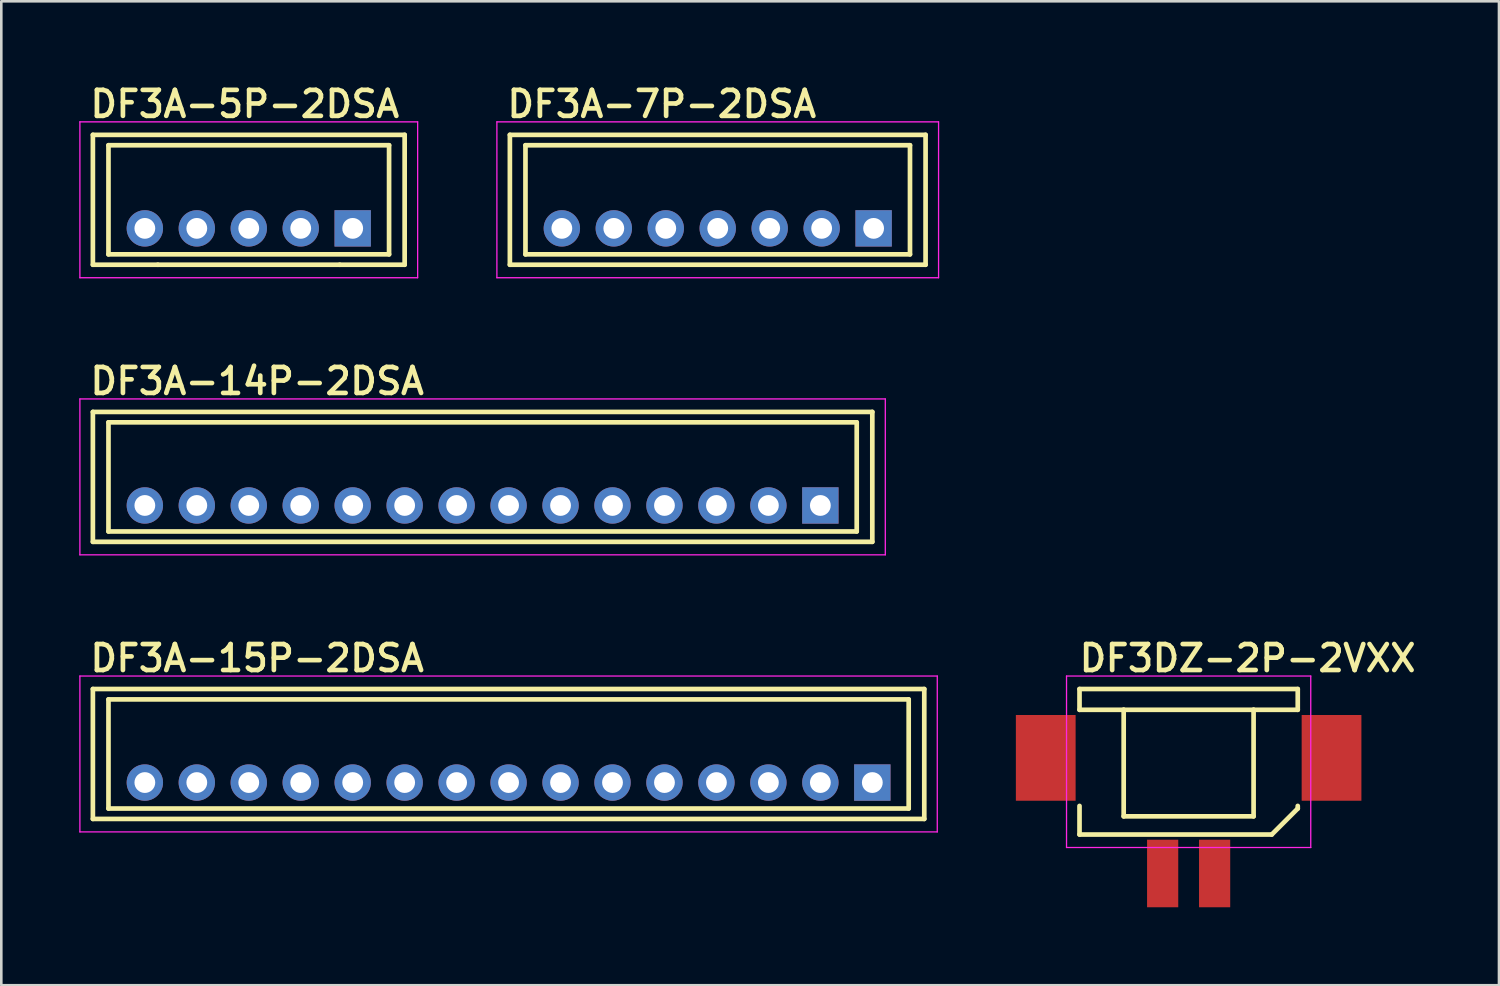
<source format=kicad_pcb>
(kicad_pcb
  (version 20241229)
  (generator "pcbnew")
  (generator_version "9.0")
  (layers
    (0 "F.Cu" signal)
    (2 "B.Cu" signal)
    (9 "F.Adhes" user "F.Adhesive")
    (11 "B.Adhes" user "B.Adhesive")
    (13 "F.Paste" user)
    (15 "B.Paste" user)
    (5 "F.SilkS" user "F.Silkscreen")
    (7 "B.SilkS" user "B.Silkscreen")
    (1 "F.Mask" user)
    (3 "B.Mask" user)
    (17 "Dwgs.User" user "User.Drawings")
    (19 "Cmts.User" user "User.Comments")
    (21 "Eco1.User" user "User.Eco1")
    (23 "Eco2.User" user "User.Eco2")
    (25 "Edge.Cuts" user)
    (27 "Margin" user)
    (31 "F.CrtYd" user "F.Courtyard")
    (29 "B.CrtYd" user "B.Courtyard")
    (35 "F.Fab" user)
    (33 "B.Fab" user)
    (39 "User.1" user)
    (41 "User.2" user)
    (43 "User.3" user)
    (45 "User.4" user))
  (footprint "DF3DZ-2P-2VXX"
    (layer "F.Cu")
    (at 42.7 30.57)
    (property "Reference" "DF3DZ-2P-2VXX" (at -4.3 -7.7 0) (layer "F.SilkS") (effects (font (size 1 1) (thickness 0.18)) (justify left bottom)))
    (attr through_hole)
    (fp_line (start -4.2 -7.1) (end -4.2 -6.3) (stroke (width 0.18) (type solid)) (layer "F.SilkS"))
    (fp_line (start -4.2 -7.1) (end 4.2 -7.1) (stroke (width 0.18) (type solid)) (layer "F.SilkS"))
    (fp_line (start -4.2 -1.5) (end -4.2 -2.6) (stroke (width 0.18) (type solid)) (layer "F.SilkS"))
    (fp_line (start -4.2 -1.5) (end 3.2 -1.5) (stroke (width 0.18) (type solid)) (layer "F.SilkS"))
    (fp_line (start -2.5 -6.3) (end -4.2 -6.3) (stroke (width 0.18) (type solid)) (layer "F.SilkS"))
    (fp_line (start -2.5 -6.3) (end -2.5 -2.2) (stroke (width 0.18) (type solid)) (layer "F.SilkS"))
    (fp_line (start -2.5 -6.3) (end 2.5 -6.3) (stroke (width 0.18) (type solid)) (layer "F.SilkS"))
    (fp_line (start -2.5 -2.2) (end 2.5 -2.2) (stroke (width 0.18) (type solid)) (layer "F.SilkS"))
    (fp_line (start 2.5 -6.3) (end 4.2 -6.3) (stroke (width 0.18) (type solid)) (layer "F.SilkS"))
    (fp_line (start 2.5 -2.2) (end 2.5 -6.3) (stroke (width 0.18) (type solid)) (layer "F.SilkS"))
    (fp_line (start 3.2 -1.5) (end 4.2 -2.5) (stroke (width 0.18) (type solid)) (layer "F.SilkS"))
    (fp_line (start 4.2 -7.1) (end 4.2 -6.3) (stroke (width 0.18) (type solid)) (layer "F.SilkS"))
    (fp_line (start 4.2 -2.5) (end 4.2 -2.6) (stroke (width 0.18) (type solid)) (layer "F.SilkS"))
    (fp_line (start -4.7 -7.6) (end 4.7 -7.6) (stroke (width 0.05) (type solid)) (layer "F.CrtYd"))
    (fp_line (start -4.7 -1) (end -4.7 -7.6) (stroke (width 0.05) (type solid)) (layer "F.CrtYd"))
    (fp_line (start 4.7 -7.6) (end 4.7 -1) (stroke (width 0.05) (type solid)) (layer "F.CrtYd"))
    (fp_line (start 4.7 -1) (end -4.7 -1) (stroke (width 0.05) (type solid)) (layer "F.CrtYd"))
    (pad "1" smd rect (at 1 0) (size 1.2 2.6) (layers "F.Cu" "F.Mask" "F.Paste"))
    (pad "2" smd rect (at -1 0) (size 1.2 2.6) (layers "F.Cu" "F.Mask" "F.Paste"))
    (pad "TAB" smd rect (at -5.5 -4.45) (size 2.3 3.3) (layers "F.Cu" "F.Mask" "F.Paste"))
    (pad "TAB" smd rect (at 5.5 -4.45) (size 2.3 3.3) (layers "F.Cu" "F.Mask" "F.Paste")))
  (footprint "DF3A-5P-2DSA"
    (layer "F.Cu")
    (at 6.525 5.74)
    (property "Reference" "DF3A-5P-2DSA" (at -6.2 -4.2 0) (layer "F.SilkS") (effects (font (size 1 1) (thickness 0.18)) (justify left bottom)))
    (attr through_hole)
    (fp_line (start -6 -3.6) (end 6 -3.6) (stroke (width 0.18) (type solid)) (layer "F.SilkS"))
    (fp_line (start -6 1.4) (end -6 -3.6) (stroke (width 0.18) (type solid)) (layer "F.SilkS"))
    (fp_line (start -5.4 -3.2) (end -5.4 1) (stroke (width 0.18) (type solid)) (layer "F.SilkS"))
    (fp_line (start -5.4 -3.2) (end 5.4 -3.2) (stroke (width 0.18) (type solid)) (layer "F.SilkS"))
    (fp_line (start -5.4 1) (end 5.4 1) (stroke (width 0.18) (type solid)) (layer "F.SilkS"))
    (fp_line (start -3.5 1.4) (end -6 1.4) (stroke (width 0.18) (type solid)) (layer "F.SilkS"))
    (fp_line (start 3.5 1.4) (end -3.5 1.4) (stroke (width 0.18) (type solid)) (layer "F.SilkS"))
    (fp_line (start 5.4 -3.2) (end 5.4 1) (stroke (width 0.18) (type solid)) (layer "F.SilkS"))
    (fp_line (start 6 -3.6) (end 6 1.4) (stroke (width 0.18) (type solid)) (layer "F.SilkS"))
    (fp_line (start 6 1.4) (end 3.5 1.4) (stroke (width 0.18) (type solid)) (layer "F.SilkS"))
    (fp_line (start -6.5 -4.1) (end 6.5 -4.1) (stroke (width 0.05) (type solid)) (layer "F.CrtYd"))
    (fp_line (start -6.5 1.9) (end -6.5 -4.1) (stroke (width 0.05) (type solid)) (layer "F.CrtYd"))
    (fp_line (start 6.5 -4.1) (end 6.5 1.9) (stroke (width 0.05) (type solid)) (layer "F.CrtYd"))
    (fp_line (start 6.5 1.9) (end -6.5 1.9) (stroke (width 0.05) (type solid)) (layer "F.CrtYd"))
    (pad "1" thru_hole rect (at 4 0) (size 1.4 1.4) (drill 0.8) (layers "*.Cu" "*.Mask"))
    (pad "2" thru_hole circle (at 2 0) (size 1.4 1.4) (drill 0.8) (layers "*.Cu" "*.Mask"))
    (pad "3" thru_hole circle (at 0 0) (size 1.4 1.4) (drill 0.8) (layers "*.Cu" "*.Mask"))
    (pad "4" thru_hole circle (at -2 0) (size 1.4 1.4) (drill 0.8) (layers "*.Cu" "*.Mask"))
    (pad "5" thru_hole circle (at -4 0) (size 1.4 1.4) (drill 0.8) (layers "*.Cu" "*.Mask")))
  (footprint "DF3A-14P-2DSA"
    (layer "F.Cu")
    (at 15.525 16.405)
    (property "Reference" "DF3A-14P-2DSA" (at -15.2 -4.2 0) (layer "F.SilkS") (effects (font (size 1 1) (thickness 0.18)) (justify left bottom)))
    (attr through_hole)
    (fp_line (start -15 -3.6) (end 15 -3.6) (stroke (width 0.18) (type solid)) (layer "F.SilkS"))
    (fp_line (start -15 1.4) (end -15 -3.6) (stroke (width 0.18) (type solid)) (layer "F.SilkS"))
    (fp_line (start -14.4 -3.2) (end -14.4 1) (stroke (width 0.18) (type solid)) (layer "F.SilkS"))
    (fp_line (start -14.4 -3.2) (end 14.4 -3.2) (stroke (width 0.18) (type solid)) (layer "F.SilkS"))
    (fp_line (start -14.4 1) (end 14.4 1) (stroke (width 0.18) (type solid)) (layer "F.SilkS"))
    (fp_line (start 14.4 -3.2) (end 14.4 1) (stroke (width 0.18) (type solid)) (layer "F.SilkS"))
    (fp_line (start 15 -3.6) (end 15 1.4) (stroke (width 0.18) (type solid)) (layer "F.SilkS"))
    (fp_line (start 15 1.4) (end -15 1.4) (stroke (width 0.18) (type solid)) (layer "F.SilkS"))
    (fp_line (start -15.5 -4.1) (end 15.5 -4.1) (stroke (width 0.05) (type solid)) (layer "F.CrtYd"))
    (fp_line (start -15.5 1.9) (end -15.5 -4.1) (stroke (width 0.05) (type solid)) (layer "F.CrtYd"))
    (fp_line (start 15.5 -4.1) (end 15.5 1.9) (stroke (width 0.05) (type solid)) (layer "F.CrtYd"))
    (fp_line (start 15.5 1.9) (end -15.5 1.9) (stroke (width 0.05) (type solid)) (layer "F.CrtYd"))
    (pad "1" thru_hole rect (at 13 0) (size 1.4 1.4) (drill 0.8) (layers "*.Cu" "*.Mask"))
    (pad "2" thru_hole circle (at 11 0) (size 1.4 1.4) (drill 0.8) (layers "*.Cu" "*.Mask"))
    (pad "3" thru_hole circle (at 9 0) (size 1.4 1.4) (drill 0.8) (layers "*.Cu" "*.Mask"))
    (pad "4" thru_hole circle (at 7 0) (size 1.4 1.4) (drill 0.8) (layers "*.Cu" "*.Mask"))
    (pad "5" thru_hole circle (at 5 0) (size 1.4 1.4) (drill 0.8) (layers "*.Cu" "*.Mask"))
    (pad "6" thru_hole circle (at 3 0) (size 1.4 1.4) (drill 0.8) (layers "*.Cu" "*.Mask"))
    (pad "7" thru_hole circle (at 1 0) (size 1.4 1.4) (drill 0.8) (layers "*.Cu" "*.Mask"))
    (pad "8" thru_hole circle (at -1 0) (size 1.4 1.4) (drill 0.8) (layers "*.Cu" "*.Mask"))
    (pad "9" thru_hole circle (at -3 0) (size 1.4 1.4) (drill 0.8) (layers "*.Cu" "*.Mask"))
    (pad "10" thru_hole circle (at -5 0) (size 1.4 1.4) (drill 0.8) (layers "*.Cu" "*.Mask"))
    (pad "11" thru_hole circle (at -7 0) (size 1.4 1.4) (drill 0.8) (layers "*.Cu" "*.Mask"))
    (pad "12" thru_hole circle (at -9 0) (size 1.4 1.4) (drill 0.8) (layers "*.Cu" "*.Mask"))
    (pad "13" thru_hole circle (at -11 0) (size 1.4 1.4) (drill 0.8) (layers "*.Cu" "*.Mask"))
    (pad "14" thru_hole circle (at -13 0) (size 1.4 1.4) (drill 0.8) (layers "*.Cu" "*.Mask")))
  (footprint "DF3A-7P-2DSA"
    (layer "F.Cu")
    (at 24.575 5.74)
    (property "Reference" "DF3A-7P-2DSA" (at -8.2 -4.2 0) (layer "F.SilkS") (effects (font (size 1 1) (thickness 0.18)) (justify left bottom)))
    (attr through_hole)
    (fp_line (start -8 -3.6) (end 8 -3.6) (stroke (width 0.18) (type solid)) (layer "F.SilkS"))
    (fp_line (start -8 1.4) (end -8 -3.6) (stroke (width 0.18) (type solid)) (layer "F.SilkS"))
    (fp_line (start -7.4 -3.2) (end -7.4 1) (stroke (width 0.18) (type solid)) (layer "F.SilkS"))
    (fp_line (start -7.4 -3.2) (end 7.4 -3.2) (stroke (width 0.18) (type solid)) (layer "F.SilkS"))
    (fp_line (start -7.4 1) (end 7.4 1) (stroke (width 0.18) (type solid)) (layer "F.SilkS"))
    (fp_line (start 7.4 -3.2) (end 7.4 1) (stroke (width 0.18) (type solid)) (layer "F.SilkS"))
    (fp_line (start 8 -3.6) (end 8 1.4) (stroke (width 0.18) (type solid)) (layer "F.SilkS"))
    (fp_line (start 8 1.4) (end -8 1.4) (stroke (width 0.18) (type solid)) (layer "F.SilkS"))
    (fp_line (start -8.5 -4.1) (end 8.5 -4.1) (stroke (width 0.05) (type solid)) (layer "F.CrtYd"))
    (fp_line (start -8.5 1.9) (end -8.5 -4.1) (stroke (width 0.05) (type solid)) (layer "F.CrtYd"))
    (fp_line (start 8.5 -4.1) (end 8.5 1.9) (stroke (width 0.05) (type solid)) (layer "F.CrtYd"))
    (fp_line (start 8.5 1.9) (end -8.5 1.9) (stroke (width 0.05) (type solid)) (layer "F.CrtYd"))
    (pad "1" thru_hole rect (at 6 0) (size 1.4 1.4) (drill 0.8) (layers "*.Cu" "*.Mask"))
    (pad "2" thru_hole circle (at 4 0) (size 1.4 1.4) (drill 0.8) (layers "*.Cu" "*.Mask"))
    (pad "3" thru_hole circle (at 2 0) (size 1.4 1.4) (drill 0.8) (layers "*.Cu" "*.Mask"))
    (pad "4" thru_hole circle (at 0 0) (size 1.4 1.4) (drill 0.8) (layers "*.Cu" "*.Mask"))
    (pad "5" thru_hole circle (at -2 0) (size 1.4 1.4) (drill 0.8) (layers "*.Cu" "*.Mask"))
    (pad "6" thru_hole circle (at -4 0) (size 1.4 1.4) (drill 0.8) (layers "*.Cu" "*.Mask"))
    (pad "7" thru_hole circle (at -6 0) (size 1.4 1.4) (drill 0.8) (layers "*.Cu" "*.Mask")))
  (footprint "DF3A-15P-2DSA"
    (layer "F.Cu")
    (at 16.525 27.07)
    (property "Reference" "DF3A-15P-2DSA" (at -16.2 -4.2 0) (layer "F.SilkS") (effects (font (size 1 1) (thickness 0.18)) (justify left bottom)))
    (attr through_hole)
    (fp_line (start -16 -3.6) (end 16 -3.6) (stroke (width 0.18) (type solid)) (layer "F.SilkS"))
    (fp_line (start -16 1.4) (end -16 -3.6) (stroke (width 0.18) (type solid)) (layer "F.SilkS"))
    (fp_line (start -15.4 -3.2) (end -15.4 1) (stroke (width 0.18) (type solid)) (layer "F.SilkS"))
    (fp_line (start -15.4 -3.2) (end 15.4 -3.2) (stroke (width 0.18) (type solid)) (layer "F.SilkS"))
    (fp_line (start -15.4 1) (end 15.4 1) (stroke (width 0.18) (type solid)) (layer "F.SilkS"))
    (fp_line (start 15.4 -3.2) (end 15.4 1) (stroke (width 0.18) (type solid)) (layer "F.SilkS"))
    (fp_line (start 16 -3.6) (end 16 1.4) (stroke (width 0.18) (type solid)) (layer "F.SilkS"))
    (fp_line (start 16 1.4) (end -16 1.4) (stroke (width 0.18) (type solid)) (layer "F.SilkS"))
    (fp_line (start -16.5 -4.1) (end 16.5 -4.1) (stroke (width 0.05) (type solid)) (layer "F.CrtYd"))
    (fp_line (start -16.5 1.9) (end -16.5 -4.1) (stroke (width 0.05) (type solid)) (layer "F.CrtYd"))
    (fp_line (start 16.5 -4.1) (end 16.5 1.9) (stroke (width 0.05) (type solid)) (layer "F.CrtYd"))
    (fp_line (start 16.5 1.9) (end -16.5 1.9) (stroke (width 0.05) (type solid)) (layer "F.CrtYd"))
    (pad "1" thru_hole rect (at 14 0) (size 1.4 1.4) (drill 0.8) (layers "*.Cu" "*.Mask"))
    (pad "2" thru_hole circle (at 12 0) (size 1.4 1.4) (drill 0.8) (layers "*.Cu" "*.Mask"))
    (pad "3" thru_hole circle (at 10 0) (size 1.4 1.4) (drill 0.8) (layers "*.Cu" "*.Mask"))
    (pad "4" thru_hole circle (at 8 0) (size 1.4 1.4) (drill 0.8) (layers "*.Cu" "*.Mask"))
    (pad "5" thru_hole circle (at 6 0) (size 1.4 1.4) (drill 0.8) (layers "*.Cu" "*.Mask"))
    (pad "6" thru_hole circle (at 4 0) (size 1.4 1.4) (drill 0.8) (layers "*.Cu" "*.Mask"))
    (pad "7" thru_hole circle (at 2 0) (size 1.4 1.4) (drill 0.8) (layers "*.Cu" "*.Mask"))
    (pad "8" thru_hole circle (at 0 0) (size 1.4 1.4) (drill 0.8) (layers "*.Cu" "*.Mask"))
    (pad "9" thru_hole circle (at -2 0) (size 1.4 1.4) (drill 0.8) (layers "*.Cu" "*.Mask"))
    (pad "10" thru_hole circle (at -4 0) (size 1.4 1.4) (drill 0.8) (layers "*.Cu" "*.Mask"))
    (pad "11" thru_hole circle (at -6 0) (size 1.4 1.4) (drill 0.8) (layers "*.Cu" "*.Mask"))
    (pad "12" thru_hole circle (at -8 0) (size 1.4 1.4) (drill 0.8) (layers "*.Cu" "*.Mask"))
    (pad "13" thru_hole circle (at -10 0) (size 1.4 1.4) (drill 0.8) (layers "*.Cu" "*.Mask"))
    (pad "14" thru_hole circle (at -12 0) (size 1.4 1.4) (drill 0.8) (layers "*.Cu" "*.Mask"))
    (pad "15" thru_hole circle (at -14 0) (size 1.4 1.4) (drill 0.8) (layers "*.Cu" "*.Mask")))
  (gr_rect
    (start -3 -3)
    (end 54.645 34.87)
    (stroke (width 0.1) (type default))
    (fill no)
    (layer "Edge.Cuts")))
</source>
